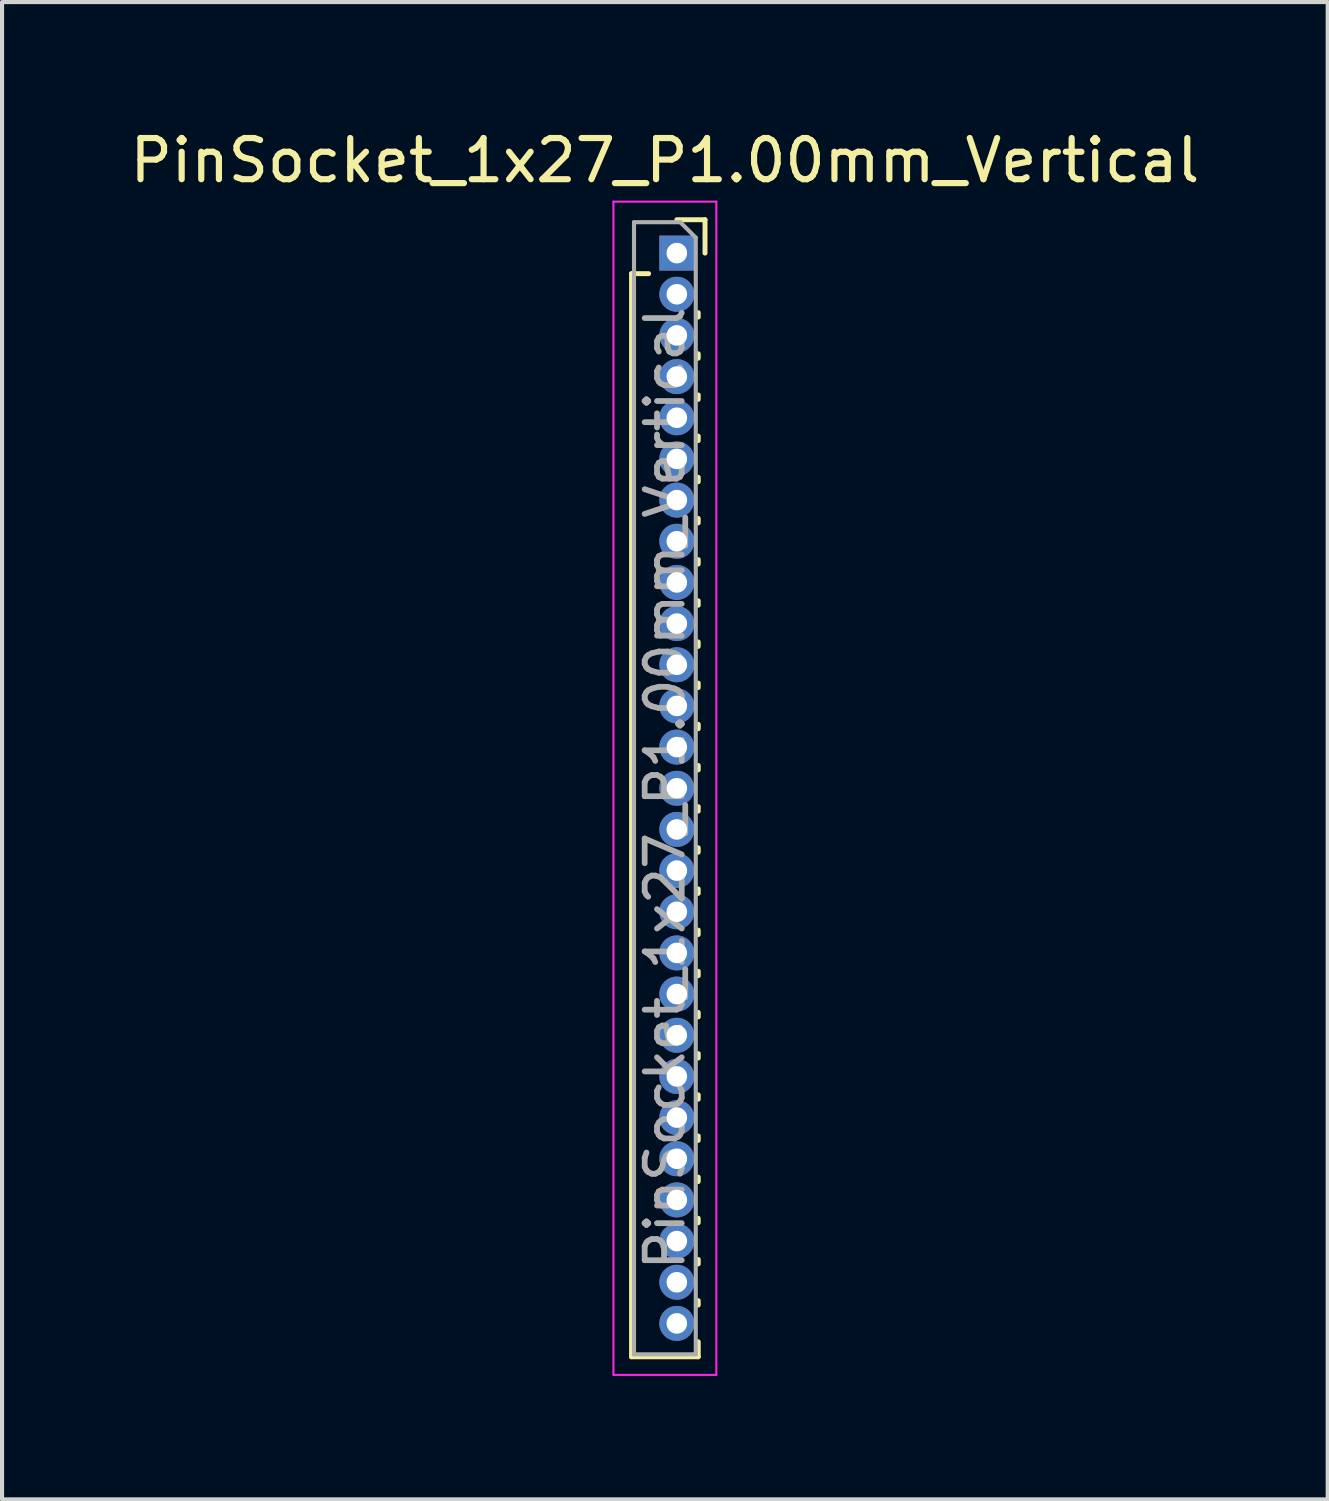
<source format=kicad_pcb>
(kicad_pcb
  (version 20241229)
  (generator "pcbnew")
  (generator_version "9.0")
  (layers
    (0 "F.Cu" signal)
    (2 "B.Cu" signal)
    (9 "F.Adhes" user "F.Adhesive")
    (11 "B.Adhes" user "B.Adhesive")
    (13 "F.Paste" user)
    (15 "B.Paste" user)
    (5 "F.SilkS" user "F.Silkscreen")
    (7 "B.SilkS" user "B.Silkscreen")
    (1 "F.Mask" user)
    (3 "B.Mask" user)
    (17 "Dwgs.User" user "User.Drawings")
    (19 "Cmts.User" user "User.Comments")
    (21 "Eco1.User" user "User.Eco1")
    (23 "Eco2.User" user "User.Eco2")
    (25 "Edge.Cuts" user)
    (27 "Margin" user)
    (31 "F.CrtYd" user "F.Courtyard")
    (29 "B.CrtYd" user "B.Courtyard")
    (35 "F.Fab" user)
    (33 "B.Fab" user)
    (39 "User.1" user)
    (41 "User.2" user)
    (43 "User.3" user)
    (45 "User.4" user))
  (footprint "PinSocket_1x27_P1.00mm_Vertical"
    (layer "F.Cu")
    (at 13.391 3.098)
    (property "Reference" "PinSocket_1x27_P1.00mm_Vertical" (at -0.29 -2.25 0) (layer "F.SilkS") (effects (font (size 1 1) (thickness 0.15))))
    (attr through_hole)
    (fp_line (start -1.1 0.5) (end -1.1 26.81) (stroke (width 0.12) (type solid)) (layer "F.SilkS"))
    (fp_line (start -1.1 0.5) (end -0.685 0.5) (stroke (width 0.12) (type solid)) (layer "F.SilkS"))
    (fp_line (start -1.1 26.81) (end 0.52 26.81) (stroke (width 0.12) (type solid)) (layer "F.SilkS"))
    (fp_line (start 0 -0.81) (end 0.685 -0.81) (stroke (width 0.12) (type solid)) (layer "F.SilkS"))
    (fp_line (start 0.52 1.446) (end 0.52 1.554) (stroke (width 0.12) (type solid)) (layer "F.SilkS"))
    (fp_line (start 0.52 2.446) (end 0.52 2.554) (stroke (width 0.12) (type solid)) (layer "F.SilkS"))
    (fp_line (start 0.52 3.446) (end 0.52 3.554) (stroke (width 0.12) (type solid)) (layer "F.SilkS"))
    (fp_line (start 0.52 4.446) (end 0.52 4.554) (stroke (width 0.12) (type solid)) (layer "F.SilkS"))
    (fp_line (start 0.52 5.446) (end 0.52 5.554) (stroke (width 0.12) (type solid)) (layer "F.SilkS"))
    (fp_line (start 0.52 6.446) (end 0.52 6.554) (stroke (width 0.12) (type solid)) (layer "F.SilkS"))
    (fp_line (start 0.52 7.446) (end 0.52 7.554) (stroke (width 0.12) (type solid)) (layer "F.SilkS"))
    (fp_line (start 0.52 8.446) (end 0.52 8.554) (stroke (width 0.12) (type solid)) (layer "F.SilkS"))
    (fp_line (start 0.52 9.446) (end 0.52 9.554) (stroke (width 0.12) (type solid)) (layer "F.SilkS"))
    (fp_line (start 0.52 10.446) (end 0.52 10.554) (stroke (width 0.12) (type solid)) (layer "F.SilkS"))
    (fp_line (start 0.52 11.446) (end 0.52 11.554) (stroke (width 0.12) (type solid)) (layer "F.SilkS"))
    (fp_line (start 0.52 12.446) (end 0.52 12.554) (stroke (width 0.12) (type solid)) (layer "F.SilkS"))
    (fp_line (start 0.52 13.446) (end 0.52 13.554) (stroke (width 0.12) (type solid)) (layer "F.SilkS"))
    (fp_line (start 0.52 14.446) (end 0.52 14.554) (stroke (width 0.12) (type solid)) (layer "F.SilkS"))
    (fp_line (start 0.52 15.446) (end 0.52 15.554) (stroke (width 0.12) (type solid)) (layer "F.SilkS"))
    (fp_line (start 0.52 16.446) (end 0.52 16.554) (stroke (width 0.12) (type solid)) (layer "F.SilkS"))
    (fp_line (start 0.52 17.446) (end 0.52 17.554) (stroke (width 0.12) (type solid)) (layer "F.SilkS"))
    (fp_line (start 0.52 18.446) (end 0.52 18.554) (stroke (width 0.12) (type solid)) (layer "F.SilkS"))
    (fp_line (start 0.52 19.446) (end 0.52 19.554) (stroke (width 0.12) (type solid)) (layer "F.SilkS"))
    (fp_line (start 0.52 20.446) (end 0.52 20.554) (stroke (width 0.12) (type solid)) (layer "F.SilkS"))
    (fp_line (start 0.52 21.446) (end 0.52 21.554) (stroke (width 0.12) (type solid)) (layer "F.SilkS"))
    (fp_line (start 0.52 22.446) (end 0.52 22.554) (stroke (width 0.12) (type solid)) (layer "F.SilkS"))
    (fp_line (start 0.52 23.446) (end 0.52 23.554) (stroke (width 0.12) (type solid)) (layer "F.SilkS"))
    (fp_line (start 0.52 24.446) (end 0.52 24.554) (stroke (width 0.12) (type solid)) (layer "F.SilkS"))
    (fp_line (start 0.52 25.446) (end 0.52 25.554) (stroke (width 0.12) (type solid)) (layer "F.SilkS"))
    (fp_line (start 0.52 26.446) (end 0.52 26.81) (stroke (width 0.12) (type solid)) (layer "F.SilkS"))
    (fp_line (start 0.685 -0.81) (end 0.685 0) (stroke (width 0.12) (type solid)) (layer "F.SilkS"))
    (fp_line (start -1.54 -1.25) (end 0.96 -1.25) (stroke (width 0.05) (type solid)) (layer "F.CrtYd"))
    (fp_line (start -1.54 27.25) (end -1.54 -1.25) (stroke (width 0.05) (type solid)) (layer "F.CrtYd"))
    (fp_line (start 0.96 -1.25) (end 0.96 27.25) (stroke (width 0.05) (type solid)) (layer "F.CrtYd"))
    (fp_line (start 0.96 27.25) (end -1.54 27.25) (stroke (width 0.05) (type solid)) (layer "F.CrtYd"))
    (fp_line (start -1.04 -0.75) (end 0.085 -0.75) (stroke (width 0.1) (type solid)) (layer "F.Fab"))
    (fp_line (start -1.04 26.75) (end -1.04 -0.75) (stroke (width 0.1) (type solid)) (layer "F.Fab"))
    (fp_line (start 0.085 -0.75) (end 0.46 -0.375) (stroke (width 0.1) (type solid)) (layer "F.Fab"))
    (fp_line (start 0.46 -0.375) (end 0.46 26.75) (stroke (width 0.1) (type solid)) (layer "F.Fab"))
    (fp_line (start 0.46 26.75) (end -1.04 26.75) (stroke (width 0.1) (type solid)) (layer "F.Fab"))
    (fp_text user "${REFERENCE}" (at -0.29 13 90) (layer "F.Fab") (effects (font (size 0.9 0.9) (thickness 0.14))))
    (pad "1" thru_hole rect (at 0 0) (size 0.85 0.85) (drill 0.5) (layers "*.Cu" "*.Mask"))
    (pad "2" thru_hole oval (at 0 1) (size 0.85 0.85) (drill 0.5) (layers "*.Cu" "*.Mask"))
    (pad "3" thru_hole oval (at 0 2) (size 0.85 0.85) (drill 0.5) (layers "*.Cu" "*.Mask"))
    (pad "4" thru_hole oval (at 0 3) (size 0.85 0.85) (drill 0.5) (layers "*.Cu" "*.Mask"))
    (pad "5" thru_hole oval (at 0 4) (size 0.85 0.85) (drill 0.5) (layers "*.Cu" "*.Mask"))
    (pad "6" thru_hole oval (at 0 5) (size 0.85 0.85) (drill 0.5) (layers "*.Cu" "*.Mask"))
    (pad "7" thru_hole oval (at 0 6) (size 0.85 0.85) (drill 0.5) (layers "*.Cu" "*.Mask"))
    (pad "8" thru_hole oval (at 0 7) (size 0.85 0.85) (drill 0.5) (layers "*.Cu" "*.Mask"))
    (pad "9" thru_hole oval (at 0 8) (size 0.85 0.85) (drill 0.5) (layers "*.Cu" "*.Mask"))
    (pad "10" thru_hole oval (at 0 9) (size 0.85 0.85) (drill 0.5) (layers "*.Cu" "*.Mask"))
    (pad "11" thru_hole oval (at 0 10) (size 0.85 0.85) (drill 0.5) (layers "*.Cu" "*.Mask"))
    (pad "12" thru_hole oval (at 0 11) (size 0.85 0.85) (drill 0.5) (layers "*.Cu" "*.Mask"))
    (pad "13" thru_hole oval (at 0 12) (size 0.85 0.85) (drill 0.5) (layers "*.Cu" "*.Mask"))
    (pad "14" thru_hole oval (at 0 13) (size 0.85 0.85) (drill 0.5) (layers "*.Cu" "*.Mask"))
    (pad "15" thru_hole oval (at 0 14) (size 0.85 0.85) (drill 0.5) (layers "*.Cu" "*.Mask"))
    (pad "16" thru_hole oval (at 0 15) (size 0.85 0.85) (drill 0.5) (layers "*.Cu" "*.Mask"))
    (pad "17" thru_hole oval (at 0 16) (size 0.85 0.85) (drill 0.5) (layers "*.Cu" "*.Mask"))
    (pad "18" thru_hole oval (at 0 17) (size 0.85 0.85) (drill 0.5) (layers "*.Cu" "*.Mask"))
    (pad "19" thru_hole oval (at 0 18) (size 0.85 0.85) (drill 0.5) (layers "*.Cu" "*.Mask"))
    (pad "20" thru_hole oval (at 0 19) (size 0.85 0.85) (drill 0.5) (layers "*.Cu" "*.Mask"))
    (pad "21" thru_hole oval (at 0 20) (size 0.85 0.85) (drill 0.5) (layers "*.Cu" "*.Mask"))
    (pad "22" thru_hole oval (at 0 21) (size 0.85 0.85) (drill 0.5) (layers "*.Cu" "*.Mask"))
    (pad "23" thru_hole oval (at 0 22) (size 0.85 0.85) (drill 0.5) (layers "*.Cu" "*.Mask"))
    (pad "24" thru_hole oval (at 0 23) (size 0.85 0.85) (drill 0.5) (layers "*.Cu" "*.Mask"))
    (pad "25" thru_hole oval (at 0 24) (size 0.85 0.85) (drill 0.5) (layers "*.Cu" "*.Mask"))
    (pad "26" thru_hole oval (at 0 25) (size 0.85 0.85) (drill 0.5) (layers "*.Cu" "*.Mask"))
    (pad "27" thru_hole oval (at 0 26) (size 0.85 0.85) (drill 0.5) (layers "*.Cu" "*.Mask")))
  (gr_rect
    (start -3 -3)
    (end 29.202 33.373)
    (stroke (width 0.1) (type default))
    (fill no)
    (layer "Edge.Cuts")))
</source>
